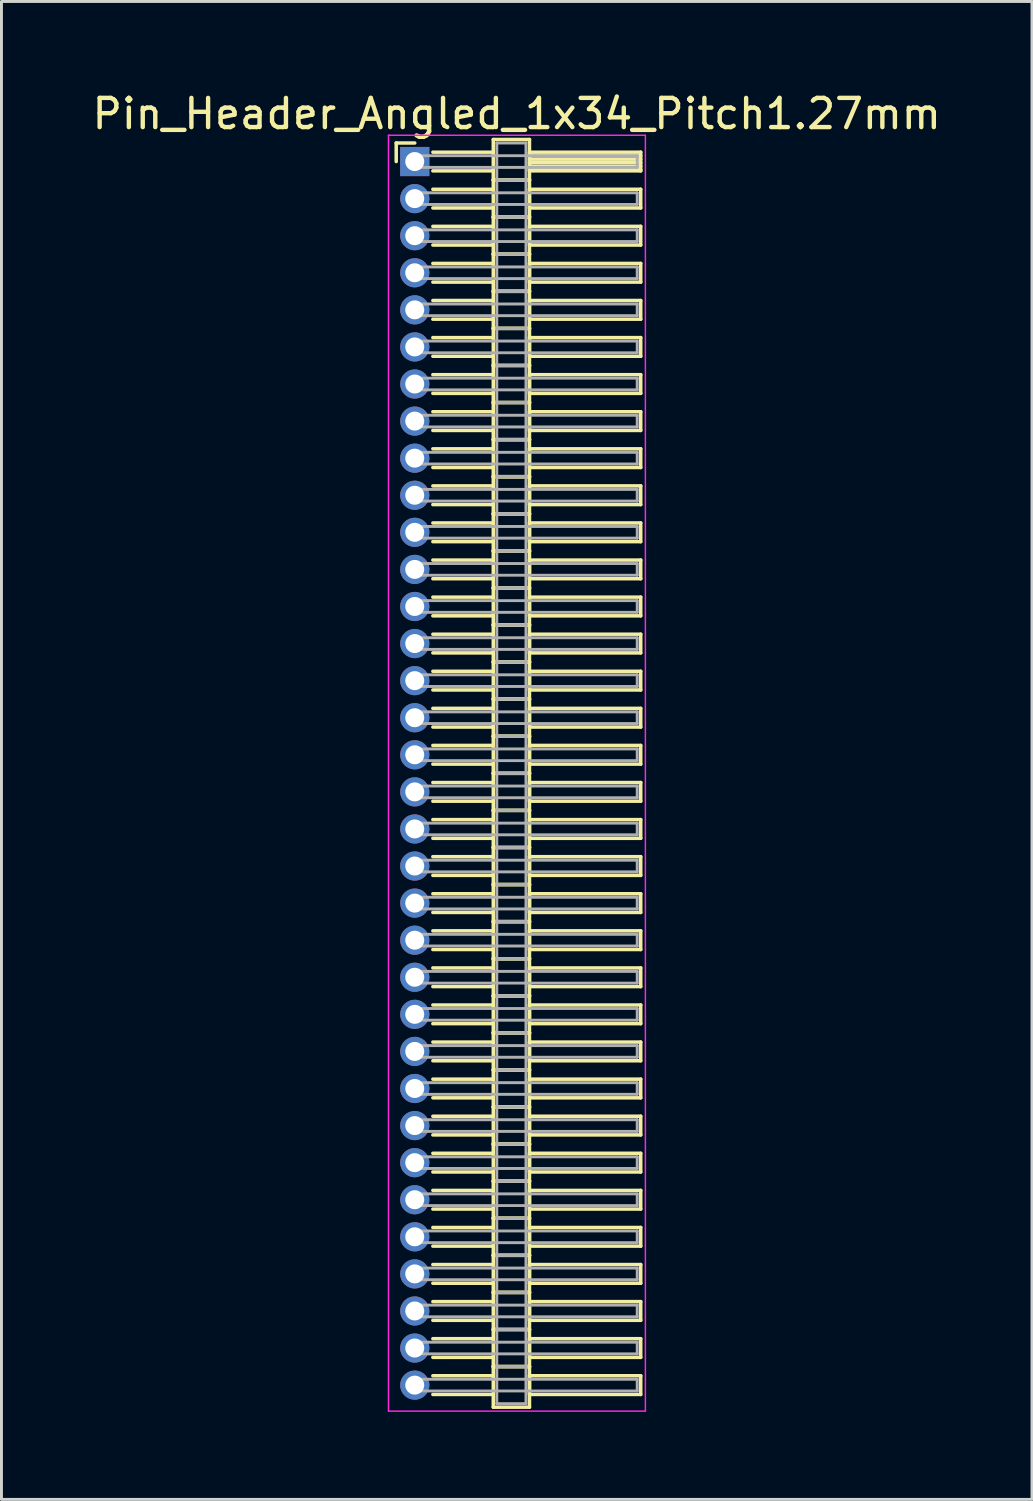
<source format=kicad_pcb>
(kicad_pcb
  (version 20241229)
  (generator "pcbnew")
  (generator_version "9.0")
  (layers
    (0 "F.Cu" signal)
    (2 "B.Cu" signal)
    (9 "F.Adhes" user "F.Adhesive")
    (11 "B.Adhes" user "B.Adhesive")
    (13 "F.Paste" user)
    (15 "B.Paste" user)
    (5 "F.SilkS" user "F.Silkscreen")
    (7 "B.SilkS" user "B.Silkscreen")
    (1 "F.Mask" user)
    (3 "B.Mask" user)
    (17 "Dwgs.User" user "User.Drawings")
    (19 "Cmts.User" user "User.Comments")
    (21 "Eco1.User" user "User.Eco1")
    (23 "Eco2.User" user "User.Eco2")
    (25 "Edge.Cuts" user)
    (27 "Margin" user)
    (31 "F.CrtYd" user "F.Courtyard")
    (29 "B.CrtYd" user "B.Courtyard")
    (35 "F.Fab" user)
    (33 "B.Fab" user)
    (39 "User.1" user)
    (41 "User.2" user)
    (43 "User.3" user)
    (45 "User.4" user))
  (footprint "Pin_Header_Angled_1x34_Pitch1.27mm"
    (layer "F.Cu")
    (at 11.156 2.483)
    (property "Reference" "Pin_Header_Angled_1x34_Pitch1.27mm" (at 3.493 -1.635 0) (layer "F.SilkS") (effects (font (size 1 1) (thickness 0.15))))
    (attr through_hole)
    (fp_line (start -0.635 -0.635) (end 0 -0.635) (stroke (width 0.12) (type solid)) (layer "F.SilkS"))
    (fp_line (start -0.635 0) (end -0.635 -0.635) (stroke (width 0.12) (type solid)) (layer "F.SilkS"))
    (fp_line (start 0.62 -0.32) (end 2.69 -0.32) (stroke (width 0.12) (type solid)) (layer "F.SilkS"))
    (fp_line (start 0.62 0.32) (end 2.69 0.32) (stroke (width 0.12) (type solid)) (layer "F.SilkS"))
    (fp_line (start 0.62 0.95) (end 2.69 0.95) (stroke (width 0.12) (type solid)) (layer "F.SilkS"))
    (fp_line (start 0.62 1.59) (end 2.69 1.59) (stroke (width 0.12) (type solid)) (layer "F.SilkS"))
    (fp_line (start 0.62 2.22) (end 2.69 2.22) (stroke (width 0.12) (type solid)) (layer "F.SilkS"))
    (fp_line (start 0.62 2.86) (end 2.69 2.86) (stroke (width 0.12) (type solid)) (layer "F.SilkS"))
    (fp_line (start 0.62 3.49) (end 2.69 3.49) (stroke (width 0.12) (type solid)) (layer "F.SilkS"))
    (fp_line (start 0.62 4.13) (end 2.69 4.13) (stroke (width 0.12) (type solid)) (layer "F.SilkS"))
    (fp_line (start 0.62 4.76) (end 2.69 4.76) (stroke (width 0.12) (type solid)) (layer "F.SilkS"))
    (fp_line (start 0.62 5.4) (end 2.69 5.4) (stroke (width 0.12) (type solid)) (layer "F.SilkS"))
    (fp_line (start 0.62 6.03) (end 2.69 6.03) (stroke (width 0.12) (type solid)) (layer "F.SilkS"))
    (fp_line (start 0.62 6.67) (end 2.69 6.67) (stroke (width 0.12) (type solid)) (layer "F.SilkS"))
    (fp_line (start 0.62 7.3) (end 2.69 7.3) (stroke (width 0.12) (type solid)) (layer "F.SilkS"))
    (fp_line (start 0.62 7.94) (end 2.69 7.94) (stroke (width 0.12) (type solid)) (layer "F.SilkS"))
    (fp_line (start 0.62 8.57) (end 2.69 8.57) (stroke (width 0.12) (type solid)) (layer "F.SilkS"))
    (fp_line (start 0.62 9.21) (end 2.69 9.21) (stroke (width 0.12) (type solid)) (layer "F.SilkS"))
    (fp_line (start 0.62 9.84) (end 2.69 9.84) (stroke (width 0.12) (type solid)) (layer "F.SilkS"))
    (fp_line (start 0.62 10.48) (end 2.69 10.48) (stroke (width 0.12) (type solid)) (layer "F.SilkS"))
    (fp_line (start 0.62 11.11) (end 2.69 11.11) (stroke (width 0.12) (type solid)) (layer "F.SilkS"))
    (fp_line (start 0.62 11.75) (end 2.69 11.75) (stroke (width 0.12) (type solid)) (layer "F.SilkS"))
    (fp_line (start 0.62 12.38) (end 2.69 12.38) (stroke (width 0.12) (type solid)) (layer "F.SilkS"))
    (fp_line (start 0.62 13.02) (end 2.69 13.02) (stroke (width 0.12) (type solid)) (layer "F.SilkS"))
    (fp_line (start 0.62 13.65) (end 2.69 13.65) (stroke (width 0.12) (type solid)) (layer "F.SilkS"))
    (fp_line (start 0.62 14.29) (end 2.69 14.29) (stroke (width 0.12) (type solid)) (layer "F.SilkS"))
    (fp_line (start 0.62 14.92) (end 2.69 14.92) (stroke (width 0.12) (type solid)) (layer "F.SilkS"))
    (fp_line (start 0.62 15.56) (end 2.69 15.56) (stroke (width 0.12) (type solid)) (layer "F.SilkS"))
    (fp_line (start 0.62 16.19) (end 2.69 16.19) (stroke (width 0.12) (type solid)) (layer "F.SilkS"))
    (fp_line (start 0.62 16.83) (end 2.69 16.83) (stroke (width 0.12) (type solid)) (layer "F.SilkS"))
    (fp_line (start 0.62 17.46) (end 2.69 17.46) (stroke (width 0.12) (type solid)) (layer "F.SilkS"))
    (fp_line (start 0.62 18.1) (end 2.69 18.1) (stroke (width 0.12) (type solid)) (layer "F.SilkS"))
    (fp_line (start 0.62 18.73) (end 2.69 18.73) (stroke (width 0.12) (type solid)) (layer "F.SilkS"))
    (fp_line (start 0.62 19.37) (end 2.69 19.37) (stroke (width 0.12) (type solid)) (layer "F.SilkS"))
    (fp_line (start 0.62 20) (end 2.69 20) (stroke (width 0.12) (type solid)) (layer "F.SilkS"))
    (fp_line (start 0.62 20.64) (end 2.69 20.64) (stroke (width 0.12) (type solid)) (layer "F.SilkS"))
    (fp_line (start 0.62 21.27) (end 2.69 21.27) (stroke (width 0.12) (type solid)) (layer "F.SilkS"))
    (fp_line (start 0.62 21.91) (end 2.69 21.91) (stroke (width 0.12) (type solid)) (layer "F.SilkS"))
    (fp_line (start 0.62 22.54) (end 2.69 22.54) (stroke (width 0.12) (type solid)) (layer "F.SilkS"))
    (fp_line (start 0.62 23.18) (end 2.69 23.18) (stroke (width 0.12) (type solid)) (layer "F.SilkS"))
    (fp_line (start 0.62 23.81) (end 2.69 23.81) (stroke (width 0.12) (type solid)) (layer "F.SilkS"))
    (fp_line (start 0.62 24.45) (end 2.69 24.45) (stroke (width 0.12) (type solid)) (layer "F.SilkS"))
    (fp_line (start 0.62 25.08) (end 2.69 25.08) (stroke (width 0.12) (type solid)) (layer "F.SilkS"))
    (fp_line (start 0.62 25.72) (end 2.69 25.72) (stroke (width 0.12) (type solid)) (layer "F.SilkS"))
    (fp_line (start 0.62 26.35) (end 2.69 26.35) (stroke (width 0.12) (type solid)) (layer "F.SilkS"))
    (fp_line (start 0.62 26.99) (end 2.69 26.99) (stroke (width 0.12) (type solid)) (layer "F.SilkS"))
    (fp_line (start 0.62 27.62) (end 2.69 27.62) (stroke (width 0.12) (type solid)) (layer "F.SilkS"))
    (fp_line (start 0.62 28.26) (end 2.69 28.26) (stroke (width 0.12) (type solid)) (layer "F.SilkS"))
    (fp_line (start 0.62 28.89) (end 2.69 28.89) (stroke (width 0.12) (type solid)) (layer "F.SilkS"))
    (fp_line (start 0.62 29.53) (end 2.69 29.53) (stroke (width 0.12) (type solid)) (layer "F.SilkS"))
    (fp_line (start 0.62 30.16) (end 2.69 30.16) (stroke (width 0.12) (type solid)) (layer "F.SilkS"))
    (fp_line (start 0.62 30.8) (end 2.69 30.8) (stroke (width 0.12) (type solid)) (layer "F.SilkS"))
    (fp_line (start 0.62 31.43) (end 2.69 31.43) (stroke (width 0.12) (type solid)) (layer "F.SilkS"))
    (fp_line (start 0.62 32.07) (end 2.69 32.07) (stroke (width 0.12) (type solid)) (layer "F.SilkS"))
    (fp_line (start 0.62 32.7) (end 2.69 32.7) (stroke (width 0.12) (type solid)) (layer "F.SilkS"))
    (fp_line (start 0.62 33.34) (end 2.69 33.34) (stroke (width 0.12) (type solid)) (layer "F.SilkS"))
    (fp_line (start 0.62 33.97) (end 2.69 33.97) (stroke (width 0.12) (type solid)) (layer "F.SilkS"))
    (fp_line (start 0.62 34.61) (end 2.69 34.61) (stroke (width 0.12) (type solid)) (layer "F.SilkS"))
    (fp_line (start 0.62 35.24) (end 2.69 35.24) (stroke (width 0.12) (type solid)) (layer "F.SilkS"))
    (fp_line (start 0.62 35.88) (end 2.69 35.88) (stroke (width 0.12) (type solid)) (layer "F.SilkS"))
    (fp_line (start 0.62 36.51) (end 2.69 36.51) (stroke (width 0.12) (type solid)) (layer "F.SilkS"))
    (fp_line (start 0.62 37.15) (end 2.69 37.15) (stroke (width 0.12) (type solid)) (layer "F.SilkS"))
    (fp_line (start 0.62 37.78) (end 2.69 37.78) (stroke (width 0.12) (type solid)) (layer "F.SilkS"))
    (fp_line (start 0.62 38.42) (end 2.69 38.42) (stroke (width 0.12) (type solid)) (layer "F.SilkS"))
    (fp_line (start 0.62 39.05) (end 2.69 39.05) (stroke (width 0.12) (type solid)) (layer "F.SilkS"))
    (fp_line (start 0.62 39.69) (end 2.69 39.69) (stroke (width 0.12) (type solid)) (layer "F.SilkS"))
    (fp_line (start 0.62 40.32) (end 2.69 40.32) (stroke (width 0.12) (type solid)) (layer "F.SilkS"))
    (fp_line (start 0.62 40.96) (end 2.69 40.96) (stroke (width 0.12) (type solid)) (layer "F.SilkS"))
    (fp_line (start 0.62 41.59) (end 2.69 41.59) (stroke (width 0.12) (type solid)) (layer "F.SilkS"))
    (fp_line (start 0.62 42.23) (end 2.69 42.23) (stroke (width 0.12) (type solid)) (layer "F.SilkS"))
    (fp_line (start 2.69 -0.755) (end 2.69 0.635) (stroke (width 0.12) (type solid)) (layer "F.SilkS"))
    (fp_line (start 2.69 0.635) (end 2.69 1.905) (stroke (width 0.12) (type solid)) (layer "F.SilkS"))
    (fp_line (start 2.69 0.635) (end 3.93 0.635) (stroke (width 0.12) (type solid)) (layer "F.SilkS"))
    (fp_line (start 2.69 1.905) (end 2.69 3.175) (stroke (width 0.12) (type solid)) (layer "F.SilkS"))
    (fp_line (start 2.69 1.905) (end 3.93 1.905) (stroke (width 0.12) (type solid)) (layer "F.SilkS"))
    (fp_line (start 2.69 3.175) (end 2.69 4.445) (stroke (width 0.12) (type solid)) (layer "F.SilkS"))
    (fp_line (start 2.69 3.175) (end 3.93 3.175) (stroke (width 0.12) (type solid)) (layer "F.SilkS"))
    (fp_line (start 2.69 4.445) (end 2.69 5.715) (stroke (width 0.12) (type solid)) (layer "F.SilkS"))
    (fp_line (start 2.69 4.445) (end 3.93 4.445) (stroke (width 0.12) (type solid)) (layer "F.SilkS"))
    (fp_line (start 2.69 5.715) (end 2.69 6.985) (stroke (width 0.12) (type solid)) (layer "F.SilkS"))
    (fp_line (start 2.69 5.715) (end 3.93 5.715) (stroke (width 0.12) (type solid)) (layer "F.SilkS"))
    (fp_line (start 2.69 6.985) (end 2.69 8.255) (stroke (width 0.12) (type solid)) (layer "F.SilkS"))
    (fp_line (start 2.69 6.985) (end 3.93 6.985) (stroke (width 0.12) (type solid)) (layer "F.SilkS"))
    (fp_line (start 2.69 8.255) (end 2.69 9.525) (stroke (width 0.12) (type solid)) (layer "F.SilkS"))
    (fp_line (start 2.69 8.255) (end 3.93 8.255) (stroke (width 0.12) (type solid)) (layer "F.SilkS"))
    (fp_line (start 2.69 9.525) (end 2.69 10.795) (stroke (width 0.12) (type solid)) (layer "F.SilkS"))
    (fp_line (start 2.69 9.525) (end 3.93 9.525) (stroke (width 0.12) (type solid)) (layer "F.SilkS"))
    (fp_line (start 2.69 10.795) (end 2.69 12.065) (stroke (width 0.12) (type solid)) (layer "F.SilkS"))
    (fp_line (start 2.69 10.795) (end 3.93 10.795) (stroke (width 0.12) (type solid)) (layer "F.SilkS"))
    (fp_line (start 2.69 12.065) (end 2.69 13.335) (stroke (width 0.12) (type solid)) (layer "F.SilkS"))
    (fp_line (start 2.69 12.065) (end 3.93 12.065) (stroke (width 0.12) (type solid)) (layer "F.SilkS"))
    (fp_line (start 2.69 13.335) (end 2.69 14.605) (stroke (width 0.12) (type solid)) (layer "F.SilkS"))
    (fp_line (start 2.69 13.335) (end 3.93 13.335) (stroke (width 0.12) (type solid)) (layer "F.SilkS"))
    (fp_line (start 2.69 14.605) (end 2.69 15.875) (stroke (width 0.12) (type solid)) (layer "F.SilkS"))
    (fp_line (start 2.69 14.605) (end 3.93 14.605) (stroke (width 0.12) (type solid)) (layer "F.SilkS"))
    (fp_line (start 2.69 15.875) (end 2.69 17.145) (stroke (width 0.12) (type solid)) (layer "F.SilkS"))
    (fp_line (start 2.69 15.875) (end 3.93 15.875) (stroke (width 0.12) (type solid)) (layer "F.SilkS"))
    (fp_line (start 2.69 17.145) (end 2.69 18.415) (stroke (width 0.12) (type solid)) (layer "F.SilkS"))
    (fp_line (start 2.69 17.145) (end 3.93 17.145) (stroke (width 0.12) (type solid)) (layer "F.SilkS"))
    (fp_line (start 2.69 18.415) (end 2.69 19.685) (stroke (width 0.12) (type solid)) (layer "F.SilkS"))
    (fp_line (start 2.69 18.415) (end 3.93 18.415) (stroke (width 0.12) (type solid)) (layer "F.SilkS"))
    (fp_line (start 2.69 19.685) (end 2.69 20.955) (stroke (width 0.12) (type solid)) (layer "F.SilkS"))
    (fp_line (start 2.69 19.685) (end 3.93 19.685) (stroke (width 0.12) (type solid)) (layer "F.SilkS"))
    (fp_line (start 2.69 20.955) (end 2.69 22.225) (stroke (width 0.12) (type solid)) (layer "F.SilkS"))
    (fp_line (start 2.69 20.955) (end 3.93 20.955) (stroke (width 0.12) (type solid)) (layer "F.SilkS"))
    (fp_line (start 2.69 22.225) (end 2.69 23.495) (stroke (width 0.12) (type solid)) (layer "F.SilkS"))
    (fp_line (start 2.69 22.225) (end 3.93 22.225) (stroke (width 0.12) (type solid)) (layer "F.SilkS"))
    (fp_line (start 2.69 23.495) (end 2.69 24.765) (stroke (width 0.12) (type solid)) (layer "F.SilkS"))
    (fp_line (start 2.69 23.495) (end 3.93 23.495) (stroke (width 0.12) (type solid)) (layer "F.SilkS"))
    (fp_line (start 2.69 24.765) (end 2.69 26.035) (stroke (width 0.12) (type solid)) (layer "F.SilkS"))
    (fp_line (start 2.69 24.765) (end 3.93 24.765) (stroke (width 0.12) (type solid)) (layer "F.SilkS"))
    (fp_line (start 2.69 26.035) (end 2.69 27.305) (stroke (width 0.12) (type solid)) (layer "F.SilkS"))
    (fp_line (start 2.69 26.035) (end 3.93 26.035) (stroke (width 0.12) (type solid)) (layer "F.SilkS"))
    (fp_line (start 2.69 27.305) (end 2.69 28.575) (stroke (width 0.12) (type solid)) (layer "F.SilkS"))
    (fp_line (start 2.69 27.305) (end 3.93 27.305) (stroke (width 0.12) (type solid)) (layer "F.SilkS"))
    (fp_line (start 2.69 28.575) (end 2.69 29.845) (stroke (width 0.12) (type solid)) (layer "F.SilkS"))
    (fp_line (start 2.69 28.575) (end 3.93 28.575) (stroke (width 0.12) (type solid)) (layer "F.SilkS"))
    (fp_line (start 2.69 29.845) (end 2.69 31.115) (stroke (width 0.12) (type solid)) (layer "F.SilkS"))
    (fp_line (start 2.69 29.845) (end 3.93 29.845) (stroke (width 0.12) (type solid)) (layer "F.SilkS"))
    (fp_line (start 2.69 31.115) (end 2.69 32.385) (stroke (width 0.12) (type solid)) (layer "F.SilkS"))
    (fp_line (start 2.69 31.115) (end 3.93 31.115) (stroke (width 0.12) (type solid)) (layer "F.SilkS"))
    (fp_line (start 2.69 32.385) (end 2.69 33.655) (stroke (width 0.12) (type solid)) (layer "F.SilkS"))
    (fp_line (start 2.69 32.385) (end 3.93 32.385) (stroke (width 0.12) (type solid)) (layer "F.SilkS"))
    (fp_line (start 2.69 33.655) (end 2.69 34.925) (stroke (width 0.12) (type solid)) (layer "F.SilkS"))
    (fp_line (start 2.69 33.655) (end 3.93 33.655) (stroke (width 0.12) (type solid)) (layer "F.SilkS"))
    (fp_line (start 2.69 34.925) (end 2.69 36.195) (stroke (width 0.12) (type solid)) (layer "F.SilkS"))
    (fp_line (start 2.69 34.925) (end 3.93 34.925) (stroke (width 0.12) (type solid)) (layer "F.SilkS"))
    (fp_line (start 2.69 36.195) (end 2.69 37.465) (stroke (width 0.12) (type solid)) (layer "F.SilkS"))
    (fp_line (start 2.69 36.195) (end 3.93 36.195) (stroke (width 0.12) (type solid)) (layer "F.SilkS"))
    (fp_line (start 2.69 37.465) (end 2.69 38.735) (stroke (width 0.12) (type solid)) (layer "F.SilkS"))
    (fp_line (start 2.69 37.465) (end 3.93 37.465) (stroke (width 0.12) (type solid)) (layer "F.SilkS"))
    (fp_line (start 2.69 38.735) (end 2.69 40.005) (stroke (width 0.12) (type solid)) (layer "F.SilkS"))
    (fp_line (start 2.69 38.735) (end 3.93 38.735) (stroke (width 0.12) (type solid)) (layer "F.SilkS"))
    (fp_line (start 2.69 40.005) (end 2.69 41.275) (stroke (width 0.12) (type solid)) (layer "F.SilkS"))
    (fp_line (start 2.69 40.005) (end 3.93 40.005) (stroke (width 0.12) (type solid)) (layer "F.SilkS"))
    (fp_line (start 2.69 41.275) (end 2.69 42.665) (stroke (width 0.12) (type solid)) (layer "F.SilkS"))
    (fp_line (start 2.69 41.275) (end 3.93 41.275) (stroke (width 0.12) (type solid)) (layer "F.SilkS"))
    (fp_line (start 2.69 42.665) (end 3.93 42.665) (stroke (width 0.12) (type solid)) (layer "F.SilkS"))
    (fp_line (start 3.93 -0.755) (end 2.69 -0.755) (stroke (width 0.12) (type solid)) (layer "F.SilkS"))
    (fp_line (start 3.93 -0.32) (end 3.93 0.32) (stroke (width 0.12) (type solid)) (layer "F.SilkS"))
    (fp_line (start 3.93 -0.2) (end 7.74 -0.2) (stroke (width 0.12) (type solid)) (layer "F.SilkS"))
    (fp_line (start 3.93 -0.08) (end 7.74 -0.08) (stroke (width 0.12) (type solid)) (layer "F.SilkS"))
    (fp_line (start 3.93 0.04) (end 7.74 0.04) (stroke (width 0.12) (type solid)) (layer "F.SilkS"))
    (fp_line (start 3.93 0.16) (end 7.74 0.16) (stroke (width 0.12) (type solid)) (layer "F.SilkS"))
    (fp_line (start 3.93 0.28) (end 7.74 0.28) (stroke (width 0.12) (type solid)) (layer "F.SilkS"))
    (fp_line (start 3.93 0.32) (end 7.74 0.32) (stroke (width 0.12) (type solid)) (layer "F.SilkS"))
    (fp_line (start 3.93 0.635) (end 2.69 0.635) (stroke (width 0.12) (type solid)) (layer "F.SilkS"))
    (fp_line (start 3.93 0.635) (end 3.93 -0.755) (stroke (width 0.12) (type solid)) (layer "F.SilkS"))
    (fp_line (start 3.93 0.95) (end 3.93 1.59) (stroke (width 0.12) (type solid)) (layer "F.SilkS"))
    (fp_line (start 3.93 1.59) (end 7.74 1.59) (stroke (width 0.12) (type solid)) (layer "F.SilkS"))
    (fp_line (start 3.93 1.905) (end 2.69 1.905) (stroke (width 0.12) (type solid)) (layer "F.SilkS"))
    (fp_line (start 3.93 1.905) (end 3.93 0.635) (stroke (width 0.12) (type solid)) (layer "F.SilkS"))
    (fp_line (start 3.93 2.22) (end 3.93 2.86) (stroke (width 0.12) (type solid)) (layer "F.SilkS"))
    (fp_line (start 3.93 2.86) (end 7.74 2.86) (stroke (width 0.12) (type solid)) (layer "F.SilkS"))
    (fp_line (start 3.93 3.175) (end 2.69 3.175) (stroke (width 0.12) (type solid)) (layer "F.SilkS"))
    (fp_line (start 3.93 3.175) (end 3.93 1.905) (stroke (width 0.12) (type solid)) (layer "F.SilkS"))
    (fp_line (start 3.93 3.49) (end 3.93 4.13) (stroke (width 0.12) (type solid)) (layer "F.SilkS"))
    (fp_line (start 3.93 4.13) (end 7.74 4.13) (stroke (width 0.12) (type solid)) (layer "F.SilkS"))
    (fp_line (start 3.93 4.445) (end 2.69 4.445) (stroke (width 0.12) (type solid)) (layer "F.SilkS"))
    (fp_line (start 3.93 4.445) (end 3.93 3.175) (stroke (width 0.12) (type solid)) (layer "F.SilkS"))
    (fp_line (start 3.93 4.76) (end 3.93 5.4) (stroke (width 0.12) (type solid)) (layer "F.SilkS"))
    (fp_line (start 3.93 5.4) (end 7.74 5.4) (stroke (width 0.12) (type solid)) (layer "F.SilkS"))
    (fp_line (start 3.93 5.715) (end 2.69 5.715) (stroke (width 0.12) (type solid)) (layer "F.SilkS"))
    (fp_line (start 3.93 5.715) (end 3.93 4.445) (stroke (width 0.12) (type solid)) (layer "F.SilkS"))
    (fp_line (start 3.93 6.03) (end 3.93 6.67) (stroke (width 0.12) (type solid)) (layer "F.SilkS"))
    (fp_line (start 3.93 6.67) (end 7.74 6.67) (stroke (width 0.12) (type solid)) (layer "F.SilkS"))
    (fp_line (start 3.93 6.985) (end 2.69 6.985) (stroke (width 0.12) (type solid)) (layer "F.SilkS"))
    (fp_line (start 3.93 6.985) (end 3.93 5.715) (stroke (width 0.12) (type solid)) (layer "F.SilkS"))
    (fp_line (start 3.93 7.3) (end 3.93 7.94) (stroke (width 0.12) (type solid)) (layer "F.SilkS"))
    (fp_line (start 3.93 7.94) (end 7.74 7.94) (stroke (width 0.12) (type solid)) (layer "F.SilkS"))
    (fp_line (start 3.93 8.255) (end 2.69 8.255) (stroke (width 0.12) (type solid)) (layer "F.SilkS"))
    (fp_line (start 3.93 8.255) (end 3.93 6.985) (stroke (width 0.12) (type solid)) (layer "F.SilkS"))
    (fp_line (start 3.93 8.57) (end 3.93 9.21) (stroke (width 0.12) (type solid)) (layer "F.SilkS"))
    (fp_line (start 3.93 9.21) (end 7.74 9.21) (stroke (width 0.12) (type solid)) (layer "F.SilkS"))
    (fp_line (start 3.93 9.525) (end 2.69 9.525) (stroke (width 0.12) (type solid)) (layer "F.SilkS"))
    (fp_line (start 3.93 9.525) (end 3.93 8.255) (stroke (width 0.12) (type solid)) (layer "F.SilkS"))
    (fp_line (start 3.93 9.84) (end 3.93 10.48) (stroke (width 0.12) (type solid)) (layer "F.SilkS"))
    (fp_line (start 3.93 10.48) (end 7.74 10.48) (stroke (width 0.12) (type solid)) (layer "F.SilkS"))
    (fp_line (start 3.93 10.795) (end 2.69 10.795) (stroke (width 0.12) (type solid)) (layer "F.SilkS"))
    (fp_line (start 3.93 10.795) (end 3.93 9.525) (stroke (width 0.12) (type solid)) (layer "F.SilkS"))
    (fp_line (start 3.93 11.11) (end 3.93 11.75) (stroke (width 0.12) (type solid)) (layer "F.SilkS"))
    (fp_line (start 3.93 11.75) (end 7.74 11.75) (stroke (width 0.12) (type solid)) (layer "F.SilkS"))
    (fp_line (start 3.93 12.065) (end 2.69 12.065) (stroke (width 0.12) (type solid)) (layer "F.SilkS"))
    (fp_line (start 3.93 12.065) (end 3.93 10.795) (stroke (width 0.12) (type solid)) (layer "F.SilkS"))
    (fp_line (start 3.93 12.38) (end 3.93 13.02) (stroke (width 0.12) (type solid)) (layer "F.SilkS"))
    (fp_line (start 3.93 13.02) (end 7.74 13.02) (stroke (width 0.12) (type solid)) (layer "F.SilkS"))
    (fp_line (start 3.93 13.335) (end 2.69 13.335) (stroke (width 0.12) (type solid)) (layer "F.SilkS"))
    (fp_line (start 3.93 13.335) (end 3.93 12.065) (stroke (width 0.12) (type solid)) (layer "F.SilkS"))
    (fp_line (start 3.93 13.65) (end 3.93 14.29) (stroke (width 0.12) (type solid)) (layer "F.SilkS"))
    (fp_line (start 3.93 14.29) (end 7.74 14.29) (stroke (width 0.12) (type solid)) (layer "F.SilkS"))
    (fp_line (start 3.93 14.605) (end 2.69 14.605) (stroke (width 0.12) (type solid)) (layer "F.SilkS"))
    (fp_line (start 3.93 14.605) (end 3.93 13.335) (stroke (width 0.12) (type solid)) (layer "F.SilkS"))
    (fp_line (start 3.93 14.92) (end 3.93 15.56) (stroke (width 0.12) (type solid)) (layer "F.SilkS"))
    (fp_line (start 3.93 15.56) (end 7.74 15.56) (stroke (width 0.12) (type solid)) (layer "F.SilkS"))
    (fp_line (start 3.93 15.875) (end 2.69 15.875) (stroke (width 0.12) (type solid)) (layer "F.SilkS"))
    (fp_line (start 3.93 15.875) (end 3.93 14.605) (stroke (width 0.12) (type solid)) (layer "F.SilkS"))
    (fp_line (start 3.93 16.19) (end 3.93 16.83) (stroke (width 0.12) (type solid)) (layer "F.SilkS"))
    (fp_line (start 3.93 16.83) (end 7.74 16.83) (stroke (width 0.12) (type solid)) (layer "F.SilkS"))
    (fp_line (start 3.93 17.145) (end 2.69 17.145) (stroke (width 0.12) (type solid)) (layer "F.SilkS"))
    (fp_line (start 3.93 17.145) (end 3.93 15.875) (stroke (width 0.12) (type solid)) (layer "F.SilkS"))
    (fp_line (start 3.93 17.46) (end 3.93 18.1) (stroke (width 0.12) (type solid)) (layer "F.SilkS"))
    (fp_line (start 3.93 18.1) (end 7.74 18.1) (stroke (width 0.12) (type solid)) (layer "F.SilkS"))
    (fp_line (start 3.93 18.415) (end 2.69 18.415) (stroke (width 0.12) (type solid)) (layer "F.SilkS"))
    (fp_line (start 3.93 18.415) (end 3.93 17.145) (stroke (width 0.12) (type solid)) (layer "F.SilkS"))
    (fp_line (start 3.93 18.73) (end 3.93 19.37) (stroke (width 0.12) (type solid)) (layer "F.SilkS"))
    (fp_line (start 3.93 19.37) (end 7.74 19.37) (stroke (width 0.12) (type solid)) (layer "F.SilkS"))
    (fp_line (start 3.93 19.685) (end 2.69 19.685) (stroke (width 0.12) (type solid)) (layer "F.SilkS"))
    (fp_line (start 3.93 19.685) (end 3.93 18.415) (stroke (width 0.12) (type solid)) (layer "F.SilkS"))
    (fp_line (start 3.93 20) (end 3.93 20.64) (stroke (width 0.12) (type solid)) (layer "F.SilkS"))
    (fp_line (start 3.93 20.64) (end 7.74 20.64) (stroke (width 0.12) (type solid)) (layer "F.SilkS"))
    (fp_line (start 3.93 20.955) (end 2.69 20.955) (stroke (width 0.12) (type solid)) (layer "F.SilkS"))
    (fp_line (start 3.93 20.955) (end 3.93 19.685) (stroke (width 0.12) (type solid)) (layer "F.SilkS"))
    (fp_line (start 3.93 21.27) (end 3.93 21.91) (stroke (width 0.12) (type solid)) (layer "F.SilkS"))
    (fp_line (start 3.93 21.91) (end 7.74 21.91) (stroke (width 0.12) (type solid)) (layer "F.SilkS"))
    (fp_line (start 3.93 22.225) (end 2.69 22.225) (stroke (width 0.12) (type solid)) (layer "F.SilkS"))
    (fp_line (start 3.93 22.225) (end 3.93 20.955) (stroke (width 0.12) (type solid)) (layer "F.SilkS"))
    (fp_line (start 3.93 22.54) (end 3.93 23.18) (stroke (width 0.12) (type solid)) (layer "F.SilkS"))
    (fp_line (start 3.93 23.18) (end 7.74 23.18) (stroke (width 0.12) (type solid)) (layer "F.SilkS"))
    (fp_line (start 3.93 23.495) (end 2.69 23.495) (stroke (width 0.12) (type solid)) (layer "F.SilkS"))
    (fp_line (start 3.93 23.495) (end 3.93 22.225) (stroke (width 0.12) (type solid)) (layer "F.SilkS"))
    (fp_line (start 3.93 23.81) (end 3.93 24.45) (stroke (width 0.12) (type solid)) (layer "F.SilkS"))
    (fp_line (start 3.93 24.45) (end 7.74 24.45) (stroke (width 0.12) (type solid)) (layer "F.SilkS"))
    (fp_line (start 3.93 24.765) (end 2.69 24.765) (stroke (width 0.12) (type solid)) (layer "F.SilkS"))
    (fp_line (start 3.93 24.765) (end 3.93 23.495) (stroke (width 0.12) (type solid)) (layer "F.SilkS"))
    (fp_line (start 3.93 25.08) (end 3.93 25.72) (stroke (width 0.12) (type solid)) (layer "F.SilkS"))
    (fp_line (start 3.93 25.72) (end 7.74 25.72) (stroke (width 0.12) (type solid)) (layer "F.SilkS"))
    (fp_line (start 3.93 26.035) (end 2.69 26.035) (stroke (width 0.12) (type solid)) (layer "F.SilkS"))
    (fp_line (start 3.93 26.035) (end 3.93 24.765) (stroke (width 0.12) (type solid)) (layer "F.SilkS"))
    (fp_line (start 3.93 26.35) (end 3.93 26.99) (stroke (width 0.12) (type solid)) (layer "F.SilkS"))
    (fp_line (start 3.93 26.99) (end 7.74 26.99) (stroke (width 0.12) (type solid)) (layer "F.SilkS"))
    (fp_line (start 3.93 27.305) (end 2.69 27.305) (stroke (width 0.12) (type solid)) (layer "F.SilkS"))
    (fp_line (start 3.93 27.305) (end 3.93 26.035) (stroke (width 0.12) (type solid)) (layer "F.SilkS"))
    (fp_line (start 3.93 27.62) (end 3.93 28.26) (stroke (width 0.12) (type solid)) (layer "F.SilkS"))
    (fp_line (start 3.93 28.26) (end 7.74 28.26) (stroke (width 0.12) (type solid)) (layer "F.SilkS"))
    (fp_line (start 3.93 28.575) (end 2.69 28.575) (stroke (width 0.12) (type solid)) (layer "F.SilkS"))
    (fp_line (start 3.93 28.575) (end 3.93 27.305) (stroke (width 0.12) (type solid)) (layer "F.SilkS"))
    (fp_line (start 3.93 28.89) (end 3.93 29.53) (stroke (width 0.12) (type solid)) (layer "F.SilkS"))
    (fp_line (start 3.93 29.53) (end 7.74 29.53) (stroke (width 0.12) (type solid)) (layer "F.SilkS"))
    (fp_line (start 3.93 29.845) (end 2.69 29.845) (stroke (width 0.12) (type solid)) (layer "F.SilkS"))
    (fp_line (start 3.93 29.845) (end 3.93 28.575) (stroke (width 0.12) (type solid)) (layer "F.SilkS"))
    (fp_line (start 3.93 30.16) (end 3.93 30.8) (stroke (width 0.12) (type solid)) (layer "F.SilkS"))
    (fp_line (start 3.93 30.8) (end 7.74 30.8) (stroke (width 0.12) (type solid)) (layer "F.SilkS"))
    (fp_line (start 3.93 31.115) (end 2.69 31.115) (stroke (width 0.12) (type solid)) (layer "F.SilkS"))
    (fp_line (start 3.93 31.115) (end 3.93 29.845) (stroke (width 0.12) (type solid)) (layer "F.SilkS"))
    (fp_line (start 3.93 31.43) (end 3.93 32.07) (stroke (width 0.12) (type solid)) (layer "F.SilkS"))
    (fp_line (start 3.93 32.07) (end 7.74 32.07) (stroke (width 0.12) (type solid)) (layer "F.SilkS"))
    (fp_line (start 3.93 32.385) (end 2.69 32.385) (stroke (width 0.12) (type solid)) (layer "F.SilkS"))
    (fp_line (start 3.93 32.385) (end 3.93 31.115) (stroke (width 0.12) (type solid)) (layer "F.SilkS"))
    (fp_line (start 3.93 32.7) (end 3.93 33.34) (stroke (width 0.12) (type solid)) (layer "F.SilkS"))
    (fp_line (start 3.93 33.34) (end 7.74 33.34) (stroke (width 0.12) (type solid)) (layer "F.SilkS"))
    (fp_line (start 3.93 33.655) (end 2.69 33.655) (stroke (width 0.12) (type solid)) (layer "F.SilkS"))
    (fp_line (start 3.93 33.655) (end 3.93 32.385) (stroke (width 0.12) (type solid)) (layer "F.SilkS"))
    (fp_line (start 3.93 33.97) (end 3.93 34.61) (stroke (width 0.12) (type solid)) (layer "F.SilkS"))
    (fp_line (start 3.93 34.61) (end 7.74 34.61) (stroke (width 0.12) (type solid)) (layer "F.SilkS"))
    (fp_line (start 3.93 34.925) (end 2.69 34.925) (stroke (width 0.12) (type solid)) (layer "F.SilkS"))
    (fp_line (start 3.93 34.925) (end 3.93 33.655) (stroke (width 0.12) (type solid)) (layer "F.SilkS"))
    (fp_line (start 3.93 35.24) (end 3.93 35.88) (stroke (width 0.12) (type solid)) (layer "F.SilkS"))
    (fp_line (start 3.93 35.88) (end 7.74 35.88) (stroke (width 0.12) (type solid)) (layer "F.SilkS"))
    (fp_line (start 3.93 36.195) (end 2.69 36.195) (stroke (width 0.12) (type solid)) (layer "F.SilkS"))
    (fp_line (start 3.93 36.195) (end 3.93 34.925) (stroke (width 0.12) (type solid)) (layer "F.SilkS"))
    (fp_line (start 3.93 36.51) (end 3.93 37.15) (stroke (width 0.12) (type solid)) (layer "F.SilkS"))
    (fp_line (start 3.93 37.15) (end 7.74 37.15) (stroke (width 0.12) (type solid)) (layer "F.SilkS"))
    (fp_line (start 3.93 37.465) (end 2.69 37.465) (stroke (width 0.12) (type solid)) (layer "F.SilkS"))
    (fp_line (start 3.93 37.465) (end 3.93 36.195) (stroke (width 0.12) (type solid)) (layer "F.SilkS"))
    (fp_line (start 3.93 37.78) (end 3.93 38.42) (stroke (width 0.12) (type solid)) (layer "F.SilkS"))
    (fp_line (start 3.93 38.42) (end 7.74 38.42) (stroke (width 0.12) (type solid)) (layer "F.SilkS"))
    (fp_line (start 3.93 38.735) (end 2.69 38.735) (stroke (width 0.12) (type solid)) (layer "F.SilkS"))
    (fp_line (start 3.93 38.735) (end 3.93 37.465) (stroke (width 0.12) (type solid)) (layer "F.SilkS"))
    (fp_line (start 3.93 39.05) (end 3.93 39.69) (stroke (width 0.12) (type solid)) (layer "F.SilkS"))
    (fp_line (start 3.93 39.69) (end 7.74 39.69) (stroke (width 0.12) (type solid)) (layer "F.SilkS"))
    (fp_line (start 3.93 40.005) (end 2.69 40.005) (stroke (width 0.12) (type solid)) (layer "F.SilkS"))
    (fp_line (start 3.93 40.005) (end 3.93 38.735) (stroke (width 0.12) (type solid)) (layer "F.SilkS"))
    (fp_line (start 3.93 40.32) (end 3.93 40.96) (stroke (width 0.12) (type solid)) (layer "F.SilkS"))
    (fp_line (start 3.93 40.96) (end 7.74 40.96) (stroke (width 0.12) (type solid)) (layer "F.SilkS"))
    (fp_line (start 3.93 41.275) (end 2.69 41.275) (stroke (width 0.12) (type solid)) (layer "F.SilkS"))
    (fp_line (start 3.93 41.275) (end 3.93 40.005) (stroke (width 0.12) (type solid)) (layer "F.SilkS"))
    (fp_line (start 3.93 41.59) (end 3.93 42.23) (stroke (width 0.12) (type solid)) (layer "F.SilkS"))
    (fp_line (start 3.93 42.23) (end 7.74 42.23) (stroke (width 0.12) (type solid)) (layer "F.SilkS"))
    (fp_line (start 3.93 42.665) (end 3.93 41.275) (stroke (width 0.12) (type solid)) (layer "F.SilkS"))
    (fp_line (start 7.74 -0.32) (end 3.93 -0.32) (stroke (width 0.12) (type solid)) (layer "F.SilkS"))
    (fp_line (start 7.74 0.32) (end 7.74 -0.32) (stroke (width 0.12) (type solid)) (layer "F.SilkS"))
    (fp_line (start 7.74 0.95) (end 3.93 0.95) (stroke (width 0.12) (type solid)) (layer "F.SilkS"))
    (fp_line (start 7.74 1.59) (end 7.74 0.95) (stroke (width 0.12) (type solid)) (layer "F.SilkS"))
    (fp_line (start 7.74 2.22) (end 3.93 2.22) (stroke (width 0.12) (type solid)) (layer "F.SilkS"))
    (fp_line (start 7.74 2.86) (end 7.74 2.22) (stroke (width 0.12) (type solid)) (layer "F.SilkS"))
    (fp_line (start 7.74 3.49) (end 3.93 3.49) (stroke (width 0.12) (type solid)) (layer "F.SilkS"))
    (fp_line (start 7.74 4.13) (end 7.74 3.49) (stroke (width 0.12) (type solid)) (layer "F.SilkS"))
    (fp_line (start 7.74 4.76) (end 3.93 4.76) (stroke (width 0.12) (type solid)) (layer "F.SilkS"))
    (fp_line (start 7.74 5.4) (end 7.74 4.76) (stroke (width 0.12) (type solid)) (layer "F.SilkS"))
    (fp_line (start 7.74 6.03) (end 3.93 6.03) (stroke (width 0.12) (type solid)) (layer "F.SilkS"))
    (fp_line (start 7.74 6.67) (end 7.74 6.03) (stroke (width 0.12) (type solid)) (layer "F.SilkS"))
    (fp_line (start 7.74 7.3) (end 3.93 7.3) (stroke (width 0.12) (type solid)) (layer "F.SilkS"))
    (fp_line (start 7.74 7.94) (end 7.74 7.3) (stroke (width 0.12) (type solid)) (layer "F.SilkS"))
    (fp_line (start 7.74 8.57) (end 3.93 8.57) (stroke (width 0.12) (type solid)) (layer "F.SilkS"))
    (fp_line (start 7.74 9.21) (end 7.74 8.57) (stroke (width 0.12) (type solid)) (layer "F.SilkS"))
    (fp_line (start 7.74 9.84) (end 3.93 9.84) (stroke (width 0.12) (type solid)) (layer "F.SilkS"))
    (fp_line (start 7.74 10.48) (end 7.74 9.84) (stroke (width 0.12) (type solid)) (layer "F.SilkS"))
    (fp_line (start 7.74 11.11) (end 3.93 11.11) (stroke (width 0.12) (type solid)) (layer "F.SilkS"))
    (fp_line (start 7.74 11.75) (end 7.74 11.11) (stroke (width 0.12) (type solid)) (layer "F.SilkS"))
    (fp_line (start 7.74 12.38) (end 3.93 12.38) (stroke (width 0.12) (type solid)) (layer "F.SilkS"))
    (fp_line (start 7.74 13.02) (end 7.74 12.38) (stroke (width 0.12) (type solid)) (layer "F.SilkS"))
    (fp_line (start 7.74 13.65) (end 3.93 13.65) (stroke (width 0.12) (type solid)) (layer "F.SilkS"))
    (fp_line (start 7.74 14.29) (end 7.74 13.65) (stroke (width 0.12) (type solid)) (layer "F.SilkS"))
    (fp_line (start 7.74 14.92) (end 3.93 14.92) (stroke (width 0.12) (type solid)) (layer "F.SilkS"))
    (fp_line (start 7.74 15.56) (end 7.74 14.92) (stroke (width 0.12) (type solid)) (layer "F.SilkS"))
    (fp_line (start 7.74 16.19) (end 3.93 16.19) (stroke (width 0.12) (type solid)) (layer "F.SilkS"))
    (fp_line (start 7.74 16.83) (end 7.74 16.19) (stroke (width 0.12) (type solid)) (layer "F.SilkS"))
    (fp_line (start 7.74 17.46) (end 3.93 17.46) (stroke (width 0.12) (type solid)) (layer "F.SilkS"))
    (fp_line (start 7.74 18.1) (end 7.74 17.46) (stroke (width 0.12) (type solid)) (layer "F.SilkS"))
    (fp_line (start 7.74 18.73) (end 3.93 18.73) (stroke (width 0.12) (type solid)) (layer "F.SilkS"))
    (fp_line (start 7.74 19.37) (end 7.74 18.73) (stroke (width 0.12) (type solid)) (layer "F.SilkS"))
    (fp_line (start 7.74 20) (end 3.93 20) (stroke (width 0.12) (type solid)) (layer "F.SilkS"))
    (fp_line (start 7.74 20.64) (end 7.74 20) (stroke (width 0.12) (type solid)) (layer "F.SilkS"))
    (fp_line (start 7.74 21.27) (end 3.93 21.27) (stroke (width 0.12) (type solid)) (layer "F.SilkS"))
    (fp_line (start 7.74 21.91) (end 7.74 21.27) (stroke (width 0.12) (type solid)) (layer "F.SilkS"))
    (fp_line (start 7.74 22.54) (end 3.93 22.54) (stroke (width 0.12) (type solid)) (layer "F.SilkS"))
    (fp_line (start 7.74 23.18) (end 7.74 22.54) (stroke (width 0.12) (type solid)) (layer "F.SilkS"))
    (fp_line (start 7.74 23.81) (end 3.93 23.81) (stroke (width 0.12) (type solid)) (layer "F.SilkS"))
    (fp_line (start 7.74 24.45) (end 7.74 23.81) (stroke (width 0.12) (type solid)) (layer "F.SilkS"))
    (fp_line (start 7.74 25.08) (end 3.93 25.08) (stroke (width 0.12) (type solid)) (layer "F.SilkS"))
    (fp_line (start 7.74 25.72) (end 7.74 25.08) (stroke (width 0.12) (type solid)) (layer "F.SilkS"))
    (fp_line (start 7.74 26.35) (end 3.93 26.35) (stroke (width 0.12) (type solid)) (layer "F.SilkS"))
    (fp_line (start 7.74 26.99) (end 7.74 26.35) (stroke (width 0.12) (type solid)) (layer "F.SilkS"))
    (fp_line (start 7.74 27.62) (end 3.93 27.62) (stroke (width 0.12) (type solid)) (layer "F.SilkS"))
    (fp_line (start 7.74 28.26) (end 7.74 27.62) (stroke (width 0.12) (type solid)) (layer "F.SilkS"))
    (fp_line (start 7.74 28.89) (end 3.93 28.89) (stroke (width 0.12) (type solid)) (layer "F.SilkS"))
    (fp_line (start 7.74 29.53) (end 7.74 28.89) (stroke (width 0.12) (type solid)) (layer "F.SilkS"))
    (fp_line (start 7.74 30.16) (end 3.93 30.16) (stroke (width 0.12) (type solid)) (layer "F.SilkS"))
    (fp_line (start 7.74 30.8) (end 7.74 30.16) (stroke (width 0.12) (type solid)) (layer "F.SilkS"))
    (fp_line (start 7.74 31.43) (end 3.93 31.43) (stroke (width 0.12) (type solid)) (layer "F.SilkS"))
    (fp_line (start 7.74 32.07) (end 7.74 31.43) (stroke (width 0.12) (type solid)) (layer "F.SilkS"))
    (fp_line (start 7.74 32.7) (end 3.93 32.7) (stroke (width 0.12) (type solid)) (layer "F.SilkS"))
    (fp_line (start 7.74 33.34) (end 7.74 32.7) (stroke (width 0.12) (type solid)) (layer "F.SilkS"))
    (fp_line (start 7.74 33.97) (end 3.93 33.97) (stroke (width 0.12) (type solid)) (layer "F.SilkS"))
    (fp_line (start 7.74 34.61) (end 7.74 33.97) (stroke (width 0.12) (type solid)) (layer "F.SilkS"))
    (fp_line (start 7.74 35.24) (end 3.93 35.24) (stroke (width 0.12) (type solid)) (layer "F.SilkS"))
    (fp_line (start 7.74 35.88) (end 7.74 35.24) (stroke (width 0.12) (type solid)) (layer "F.SilkS"))
    (fp_line (start 7.74 36.51) (end 3.93 36.51) (stroke (width 0.12) (type solid)) (layer "F.SilkS"))
    (fp_line (start 7.74 37.15) (end 7.74 36.51) (stroke (width 0.12) (type solid)) (layer "F.SilkS"))
    (fp_line (start 7.74 37.78) (end 3.93 37.78) (stroke (width 0.12) (type solid)) (layer "F.SilkS"))
    (fp_line (start 7.74 38.42) (end 7.74 37.78) (stroke (width 0.12) (type solid)) (layer "F.SilkS"))
    (fp_line (start 7.74 39.05) (end 3.93 39.05) (stroke (width 0.12) (type solid)) (layer "F.SilkS"))
    (fp_line (start 7.74 39.69) (end 7.74 39.05) (stroke (width 0.12) (type solid)) (layer "F.SilkS"))
    (fp_line (start 7.74 40.32) (end 3.93 40.32) (stroke (width 0.12) (type solid)) (layer "F.SilkS"))
    (fp_line (start 7.74 40.96) (end 7.74 40.32) (stroke (width 0.12) (type solid)) (layer "F.SilkS"))
    (fp_line (start 7.74 41.59) (end 3.93 41.59) (stroke (width 0.12) (type solid)) (layer "F.SilkS"))
    (fp_line (start 7.74 42.23) (end 7.74 41.59) (stroke (width 0.12) (type solid)) (layer "F.SilkS"))
    (fp_line (start -0.9 -0.9) (end -0.9 42.8) (stroke (width 0.05) (type solid)) (layer "F.CrtYd"))
    (fp_line (start -0.9 42.8) (end 7.9 42.8) (stroke (width 0.05) (type solid)) (layer "F.CrtYd"))
    (fp_line (start 7.9 -0.9) (end -0.9 -0.9) (stroke (width 0.05) (type solid)) (layer "F.CrtYd"))
    (fp_line (start 7.9 42.8) (end 7.9 -0.9) (stroke (width 0.05) (type solid)) (layer "F.CrtYd"))
    (fp_line (start 0 -0.2) (end 0 0.2) (stroke (width 0.1) (type solid)) (layer "F.Fab"))
    (fp_line (start 0 0.2) (end 7.62 0.2) (stroke (width 0.1) (type solid)) (layer "F.Fab"))
    (fp_line (start 0 1.07) (end 0 1.47) (stroke (width 0.1) (type solid)) (layer "F.Fab"))
    (fp_line (start 0 1.47) (end 7.62 1.47) (stroke (width 0.1) (type solid)) (layer "F.Fab"))
    (fp_line (start 0 2.34) (end 0 2.74) (stroke (width 0.1) (type solid)) (layer "F.Fab"))
    (fp_line (start 0 2.74) (end 7.62 2.74) (stroke (width 0.1) (type solid)) (layer "F.Fab"))
    (fp_line (start 0 3.61) (end 0 4.01) (stroke (width 0.1) (type solid)) (layer "F.Fab"))
    (fp_line (start 0 4.01) (end 7.62 4.01) (stroke (width 0.1) (type solid)) (layer "F.Fab"))
    (fp_line (start 0 4.88) (end 0 5.28) (stroke (width 0.1) (type solid)) (layer "F.Fab"))
    (fp_line (start 0 5.28) (end 7.62 5.28) (stroke (width 0.1) (type solid)) (layer "F.Fab"))
    (fp_line (start 0 6.15) (end 0 6.55) (stroke (width 0.1) (type solid)) (layer "F.Fab"))
    (fp_line (start 0 6.55) (end 7.62 6.55) (stroke (width 0.1) (type solid)) (layer "F.Fab"))
    (fp_line (start 0 7.42) (end 0 7.82) (stroke (width 0.1) (type solid)) (layer "F.Fab"))
    (fp_line (start 0 7.82) (end 7.62 7.82) (stroke (width 0.1) (type solid)) (layer "F.Fab"))
    (fp_line (start 0 8.69) (end 0 9.09) (stroke (width 0.1) (type solid)) (layer "F.Fab"))
    (fp_line (start 0 9.09) (end 7.62 9.09) (stroke (width 0.1) (type solid)) (layer "F.Fab"))
    (fp_line (start 0 9.96) (end 0 10.36) (stroke (width 0.1) (type solid)) (layer "F.Fab"))
    (fp_line (start 0 10.36) (end 7.62 10.36) (stroke (width 0.1) (type solid)) (layer "F.Fab"))
    (fp_line (start 0 11.23) (end 0 11.63) (stroke (width 0.1) (type solid)) (layer "F.Fab"))
    (fp_line (start 0 11.63) (end 7.62 11.63) (stroke (width 0.1) (type solid)) (layer "F.Fab"))
    (fp_line (start 0 12.5) (end 0 12.9) (stroke (width 0.1) (type solid)) (layer "F.Fab"))
    (fp_line (start 0 12.9) (end 7.62 12.9) (stroke (width 0.1) (type solid)) (layer "F.Fab"))
    (fp_line (start 0 13.77) (end 0 14.17) (stroke (width 0.1) (type solid)) (layer "F.Fab"))
    (fp_line (start 0 14.17) (end 7.62 14.17) (stroke (width 0.1) (type solid)) (layer "F.Fab"))
    (fp_line (start 0 15.04) (end 0 15.44) (stroke (width 0.1) (type solid)) (layer "F.Fab"))
    (fp_line (start 0 15.44) (end 7.62 15.44) (stroke (width 0.1) (type solid)) (layer "F.Fab"))
    (fp_line (start 0 16.31) (end 0 16.71) (stroke (width 0.1) (type solid)) (layer "F.Fab"))
    (fp_line (start 0 16.71) (end 7.62 16.71) (stroke (width 0.1) (type solid)) (layer "F.Fab"))
    (fp_line (start 0 17.58) (end 0 17.98) (stroke (width 0.1) (type solid)) (layer "F.Fab"))
    (fp_line (start 0 17.98) (end 7.62 17.98) (stroke (width 0.1) (type solid)) (layer "F.Fab"))
    (fp_line (start 0 18.85) (end 0 19.25) (stroke (width 0.1) (type solid)) (layer "F.Fab"))
    (fp_line (start 0 19.25) (end 7.62 19.25) (stroke (width 0.1) (type solid)) (layer "F.Fab"))
    (fp_line (start 0 20.12) (end 0 20.52) (stroke (width 0.1) (type solid)) (layer "F.Fab"))
    (fp_line (start 0 20.52) (end 7.62 20.52) (stroke (width 0.1) (type solid)) (layer "F.Fab"))
    (fp_line (start 0 21.39) (end 0 21.79) (stroke (width 0.1) (type solid)) (layer "F.Fab"))
    (fp_line (start 0 21.79) (end 7.62 21.79) (stroke (width 0.1) (type solid)) (layer "F.Fab"))
    (fp_line (start 0 22.66) (end 0 23.06) (stroke (width 0.1) (type solid)) (layer "F.Fab"))
    (fp_line (start 0 23.06) (end 7.62 23.06) (stroke (width 0.1) (type solid)) (layer "F.Fab"))
    (fp_line (start 0 23.93) (end 0 24.33) (stroke (width 0.1) (type solid)) (layer "F.Fab"))
    (fp_line (start 0 24.33) (end 7.62 24.33) (stroke (width 0.1) (type solid)) (layer "F.Fab"))
    (fp_line (start 0 25.2) (end 0 25.6) (stroke (width 0.1) (type solid)) (layer "F.Fab"))
    (fp_line (start 0 25.6) (end 7.62 25.6) (stroke (width 0.1) (type solid)) (layer "F.Fab"))
    (fp_line (start 0 26.47) (end 0 26.87) (stroke (width 0.1) (type solid)) (layer "F.Fab"))
    (fp_line (start 0 26.87) (end 7.62 26.87) (stroke (width 0.1) (type solid)) (layer "F.Fab"))
    (fp_line (start 0 27.74) (end 0 28.14) (stroke (width 0.1) (type solid)) (layer "F.Fab"))
    (fp_line (start 0 28.14) (end 7.62 28.14) (stroke (width 0.1) (type solid)) (layer "F.Fab"))
    (fp_line (start 0 29.01) (end 0 29.41) (stroke (width 0.1) (type solid)) (layer "F.Fab"))
    (fp_line (start 0 29.41) (end 7.62 29.41) (stroke (width 0.1) (type solid)) (layer "F.Fab"))
    (fp_line (start 0 30.28) (end 0 30.68) (stroke (width 0.1) (type solid)) (layer "F.Fab"))
    (fp_line (start 0 30.68) (end 7.62 30.68) (stroke (width 0.1) (type solid)) (layer "F.Fab"))
    (fp_line (start 0 31.55) (end 0 31.95) (stroke (width 0.1) (type solid)) (layer "F.Fab"))
    (fp_line (start 0 31.95) (end 7.62 31.95) (stroke (width 0.1) (type solid)) (layer "F.Fab"))
    (fp_line (start 0 32.82) (end 0 33.22) (stroke (width 0.1) (type solid)) (layer "F.Fab"))
    (fp_line (start 0 33.22) (end 7.62 33.22) (stroke (width 0.1) (type solid)) (layer "F.Fab"))
    (fp_line (start 0 34.09) (end 0 34.49) (stroke (width 0.1) (type solid)) (layer "F.Fab"))
    (fp_line (start 0 34.49) (end 7.62 34.49) (stroke (width 0.1) (type solid)) (layer "F.Fab"))
    (fp_line (start 0 35.36) (end 0 35.76) (stroke (width 0.1) (type solid)) (layer "F.Fab"))
    (fp_line (start 0 35.76) (end 7.62 35.76) (stroke (width 0.1) (type solid)) (layer "F.Fab"))
    (fp_line (start 0 36.63) (end 0 37.03) (stroke (width 0.1) (type solid)) (layer "F.Fab"))
    (fp_line (start 0 37.03) (end 7.62 37.03) (stroke (width 0.1) (type solid)) (layer "F.Fab"))
    (fp_line (start 0 37.9) (end 0 38.3) (stroke (width 0.1) (type solid)) (layer "F.Fab"))
    (fp_line (start 0 38.3) (end 7.62 38.3) (stroke (width 0.1) (type solid)) (layer "F.Fab"))
    (fp_line (start 0 39.17) (end 0 39.57) (stroke (width 0.1) (type solid)) (layer "F.Fab"))
    (fp_line (start 0 39.57) (end 7.62 39.57) (stroke (width 0.1) (type solid)) (layer "F.Fab"))
    (fp_line (start 0 40.44) (end 0 40.84) (stroke (width 0.1) (type solid)) (layer "F.Fab"))
    (fp_line (start 0 40.84) (end 7.62 40.84) (stroke (width 0.1) (type solid)) (layer "F.Fab"))
    (fp_line (start 0 41.71) (end 0 42.11) (stroke (width 0.1) (type solid)) (layer "F.Fab"))
    (fp_line (start 0 42.11) (end 7.62 42.11) (stroke (width 0.1) (type solid)) (layer "F.Fab"))
    (fp_line (start 2.81 -0.635) (end 2.81 0.635) (stroke (width 0.1) (type solid)) (layer "F.Fab"))
    (fp_line (start 2.81 0.635) (end 2.81 1.905) (stroke (width 0.1) (type solid)) (layer "F.Fab"))
    (fp_line (start 2.81 0.635) (end 3.81 0.635) (stroke (width 0.1) (type solid)) (layer "F.Fab"))
    (fp_line (start 2.81 1.905) (end 2.81 3.175) (stroke (width 0.1) (type solid)) (layer "F.Fab"))
    (fp_line (start 2.81 1.905) (end 3.81 1.905) (stroke (width 0.1) (type solid)) (layer "F.Fab"))
    (fp_line (start 2.81 3.175) (end 2.81 4.445) (stroke (width 0.1) (type solid)) (layer "F.Fab"))
    (fp_line (start 2.81 3.175) (end 3.81 3.175) (stroke (width 0.1) (type solid)) (layer "F.Fab"))
    (fp_line (start 2.81 4.445) (end 2.81 5.715) (stroke (width 0.1) (type solid)) (layer "F.Fab"))
    (fp_line (start 2.81 4.445) (end 3.81 4.445) (stroke (width 0.1) (type solid)) (layer "F.Fab"))
    (fp_line (start 2.81 5.715) (end 2.81 6.985) (stroke (width 0.1) (type solid)) (layer "F.Fab"))
    (fp_line (start 2.81 5.715) (end 3.81 5.715) (stroke (width 0.1) (type solid)) (layer "F.Fab"))
    (fp_line (start 2.81 6.985) (end 2.81 8.255) (stroke (width 0.1) (type solid)) (layer "F.Fab"))
    (fp_line (start 2.81 6.985) (end 3.81 6.985) (stroke (width 0.1) (type solid)) (layer "F.Fab"))
    (fp_line (start 2.81 8.255) (end 2.81 9.525) (stroke (width 0.1) (type solid)) (layer "F.Fab"))
    (fp_line (start 2.81 8.255) (end 3.81 8.255) (stroke (width 0.1) (type solid)) (layer "F.Fab"))
    (fp_line (start 2.81 9.525) (end 2.81 10.795) (stroke (width 0.1) (type solid)) (layer "F.Fab"))
    (fp_line (start 2.81 9.525) (end 3.81 9.525) (stroke (width 0.1) (type solid)) (layer "F.Fab"))
    (fp_line (start 2.81 10.795) (end 2.81 12.065) (stroke (width 0.1) (type solid)) (layer "F.Fab"))
    (fp_line (start 2.81 10.795) (end 3.81 10.795) (stroke (width 0.1) (type solid)) (layer "F.Fab"))
    (fp_line (start 2.81 12.065) (end 2.81 13.335) (stroke (width 0.1) (type solid)) (layer "F.Fab"))
    (fp_line (start 2.81 12.065) (end 3.81 12.065) (stroke (width 0.1) (type solid)) (layer "F.Fab"))
    (fp_line (start 2.81 13.335) (end 2.81 14.605) (stroke (width 0.1) (type solid)) (layer "F.Fab"))
    (fp_line (start 2.81 13.335) (end 3.81 13.335) (stroke (width 0.1) (type solid)) (layer "F.Fab"))
    (fp_line (start 2.81 14.605) (end 2.81 15.875) (stroke (width 0.1) (type solid)) (layer "F.Fab"))
    (fp_line (start 2.81 14.605) (end 3.81 14.605) (stroke (width 0.1) (type solid)) (layer "F.Fab"))
    (fp_line (start 2.81 15.875) (end 2.81 17.145) (stroke (width 0.1) (type solid)) (layer "F.Fab"))
    (fp_line (start 2.81 15.875) (end 3.81 15.875) (stroke (width 0.1) (type solid)) (layer "F.Fab"))
    (fp_line (start 2.81 17.145) (end 2.81 18.415) (stroke (width 0.1) (type solid)) (layer "F.Fab"))
    (fp_line (start 2.81 17.145) (end 3.81 17.145) (stroke (width 0.1) (type solid)) (layer "F.Fab"))
    (fp_line (start 2.81 18.415) (end 2.81 19.685) (stroke (width 0.1) (type solid)) (layer "F.Fab"))
    (fp_line (start 2.81 18.415) (end 3.81 18.415) (stroke (width 0.1) (type solid)) (layer "F.Fab"))
    (fp_line (start 2.81 19.685) (end 2.81 20.955) (stroke (width 0.1) (type solid)) (layer "F.Fab"))
    (fp_line (start 2.81 19.685) (end 3.81 19.685) (stroke (width 0.1) (type solid)) (layer "F.Fab"))
    (fp_line (start 2.81 20.955) (end 2.81 22.225) (stroke (width 0.1) (type solid)) (layer "F.Fab"))
    (fp_line (start 2.81 20.955) (end 3.81 20.955) (stroke (width 0.1) (type solid)) (layer "F.Fab"))
    (fp_line (start 2.81 22.225) (end 2.81 23.495) (stroke (width 0.1) (type solid)) (layer "F.Fab"))
    (fp_line (start 2.81 22.225) (end 3.81 22.225) (stroke (width 0.1) (type solid)) (layer "F.Fab"))
    (fp_line (start 2.81 23.495) (end 2.81 24.765) (stroke (width 0.1) (type solid)) (layer "F.Fab"))
    (fp_line (start 2.81 23.495) (end 3.81 23.495) (stroke (width 0.1) (type solid)) (layer "F.Fab"))
    (fp_line (start 2.81 24.765) (end 2.81 26.035) (stroke (width 0.1) (type solid)) (layer "F.Fab"))
    (fp_line (start 2.81 24.765) (end 3.81 24.765) (stroke (width 0.1) (type solid)) (layer "F.Fab"))
    (fp_line (start 2.81 26.035) (end 2.81 27.305) (stroke (width 0.1) (type solid)) (layer "F.Fab"))
    (fp_line (start 2.81 26.035) (end 3.81 26.035) (stroke (width 0.1) (type solid)) (layer "F.Fab"))
    (fp_line (start 2.81 27.305) (end 2.81 28.575) (stroke (width 0.1) (type solid)) (layer "F.Fab"))
    (fp_line (start 2.81 27.305) (end 3.81 27.305) (stroke (width 0.1) (type solid)) (layer "F.Fab"))
    (fp_line (start 2.81 28.575) (end 2.81 29.845) (stroke (width 0.1) (type solid)) (layer "F.Fab"))
    (fp_line (start 2.81 28.575) (end 3.81 28.575) (stroke (width 0.1) (type solid)) (layer "F.Fab"))
    (fp_line (start 2.81 29.845) (end 2.81 31.115) (stroke (width 0.1) (type solid)) (layer "F.Fab"))
    (fp_line (start 2.81 29.845) (end 3.81 29.845) (stroke (width 0.1) (type solid)) (layer "F.Fab"))
    (fp_line (start 2.81 31.115) (end 2.81 32.385) (stroke (width 0.1) (type solid)) (layer "F.Fab"))
    (fp_line (start 2.81 31.115) (end 3.81 31.115) (stroke (width 0.1) (type solid)) (layer "F.Fab"))
    (fp_line (start 2.81 32.385) (end 2.81 33.655) (stroke (width 0.1) (type solid)) (layer "F.Fab"))
    (fp_line (start 2.81 32.385) (end 3.81 32.385) (stroke (width 0.1) (type solid)) (layer "F.Fab"))
    (fp_line (start 2.81 33.655) (end 2.81 34.925) (stroke (width 0.1) (type solid)) (layer "F.Fab"))
    (fp_line (start 2.81 33.655) (end 3.81 33.655) (stroke (width 0.1) (type solid)) (layer "F.Fab"))
    (fp_line (start 2.81 34.925) (end 2.81 36.195) (stroke (width 0.1) (type solid)) (layer "F.Fab"))
    (fp_line (start 2.81 34.925) (end 3.81 34.925) (stroke (width 0.1) (type solid)) (layer "F.Fab"))
    (fp_line (start 2.81 36.195) (end 2.81 37.465) (stroke (width 0.1) (type solid)) (layer "F.Fab"))
    (fp_line (start 2.81 36.195) (end 3.81 36.195) (stroke (width 0.1) (type solid)) (layer "F.Fab"))
    (fp_line (start 2.81 37.465) (end 2.81 38.735) (stroke (width 0.1) (type solid)) (layer "F.Fab"))
    (fp_line (start 2.81 37.465) (end 3.81 37.465) (stroke (width 0.1) (type solid)) (layer "F.Fab"))
    (fp_line (start 2.81 38.735) (end 2.81 40.005) (stroke (width 0.1) (type solid)) (layer "F.Fab"))
    (fp_line (start 2.81 38.735) (end 3.81 38.735) (stroke (width 0.1) (type solid)) (layer "F.Fab"))
    (fp_line (start 2.81 40.005) (end 2.81 41.275) (stroke (width 0.1) (type solid)) (layer "F.Fab"))
    (fp_line (start 2.81 40.005) (end 3.81 40.005) (stroke (width 0.1) (type solid)) (layer "F.Fab"))
    (fp_line (start 2.81 41.275) (end 2.81 42.545) (stroke (width 0.1) (type solid)) (layer "F.Fab"))
    (fp_line (start 2.81 41.275) (end 3.81 41.275) (stroke (width 0.1) (type solid)) (layer "F.Fab"))
    (fp_line (start 2.81 42.545) (end 3.81 42.545) (stroke (width 0.1) (type solid)) (layer "F.Fab"))
    (fp_line (start 3.81 -0.635) (end 2.81 -0.635) (stroke (width 0.1) (type solid)) (layer "F.Fab"))
    (fp_line (start 3.81 0.635) (end 2.81 0.635) (stroke (width 0.1) (type solid)) (layer "F.Fab"))
    (fp_line (start 3.81 0.635) (end 3.81 -0.635) (stroke (width 0.1) (type solid)) (layer "F.Fab"))
    (fp_line (start 3.81 1.905) (end 2.81 1.905) (stroke (width 0.1) (type solid)) (layer "F.Fab"))
    (fp_line (start 3.81 1.905) (end 3.81 0.635) (stroke (width 0.1) (type solid)) (layer "F.Fab"))
    (fp_line (start 3.81 3.175) (end 2.81 3.175) (stroke (width 0.1) (type solid)) (layer "F.Fab"))
    (fp_line (start 3.81 3.175) (end 3.81 1.905) (stroke (width 0.1) (type solid)) (layer "F.Fab"))
    (fp_line (start 3.81 4.445) (end 2.81 4.445) (stroke (width 0.1) (type solid)) (layer "F.Fab"))
    (fp_line (start 3.81 4.445) (end 3.81 3.175) (stroke (width 0.1) (type solid)) (layer "F.Fab"))
    (fp_line (start 3.81 5.715) (end 2.81 5.715) (stroke (width 0.1) (type solid)) (layer "F.Fab"))
    (fp_line (start 3.81 5.715) (end 3.81 4.445) (stroke (width 0.1) (type solid)) (layer "F.Fab"))
    (fp_line (start 3.81 6.985) (end 2.81 6.985) (stroke (width 0.1) (type solid)) (layer "F.Fab"))
    (fp_line (start 3.81 6.985) (end 3.81 5.715) (stroke (width 0.1) (type solid)) (layer "F.Fab"))
    (fp_line (start 3.81 8.255) (end 2.81 8.255) (stroke (width 0.1) (type solid)) (layer "F.Fab"))
    (fp_line (start 3.81 8.255) (end 3.81 6.985) (stroke (width 0.1) (type solid)) (layer "F.Fab"))
    (fp_line (start 3.81 9.525) (end 2.81 9.525) (stroke (width 0.1) (type solid)) (layer "F.Fab"))
    (fp_line (start 3.81 9.525) (end 3.81 8.255) (stroke (width 0.1) (type solid)) (layer "F.Fab"))
    (fp_line (start 3.81 10.795) (end 2.81 10.795) (stroke (width 0.1) (type solid)) (layer "F.Fab"))
    (fp_line (start 3.81 10.795) (end 3.81 9.525) (stroke (width 0.1) (type solid)) (layer "F.Fab"))
    (fp_line (start 3.81 12.065) (end 2.81 12.065) (stroke (width 0.1) (type solid)) (layer "F.Fab"))
    (fp_line (start 3.81 12.065) (end 3.81 10.795) (stroke (width 0.1) (type solid)) (layer "F.Fab"))
    (fp_line (start 3.81 13.335) (end 2.81 13.335) (stroke (width 0.1) (type solid)) (layer "F.Fab"))
    (fp_line (start 3.81 13.335) (end 3.81 12.065) (stroke (width 0.1) (type solid)) (layer "F.Fab"))
    (fp_line (start 3.81 14.605) (end 2.81 14.605) (stroke (width 0.1) (type solid)) (layer "F.Fab"))
    (fp_line (start 3.81 14.605) (end 3.81 13.335) (stroke (width 0.1) (type solid)) (layer "F.Fab"))
    (fp_line (start 3.81 15.875) (end 2.81 15.875) (stroke (width 0.1) (type solid)) (layer "F.Fab"))
    (fp_line (start 3.81 15.875) (end 3.81 14.605) (stroke (width 0.1) (type solid)) (layer "F.Fab"))
    (fp_line (start 3.81 17.145) (end 2.81 17.145) (stroke (width 0.1) (type solid)) (layer "F.Fab"))
    (fp_line (start 3.81 17.145) (end 3.81 15.875) (stroke (width 0.1) (type solid)) (layer "F.Fab"))
    (fp_line (start 3.81 18.415) (end 2.81 18.415) (stroke (width 0.1) (type solid)) (layer "F.Fab"))
    (fp_line (start 3.81 18.415) (end 3.81 17.145) (stroke (width 0.1) (type solid)) (layer "F.Fab"))
    (fp_line (start 3.81 19.685) (end 2.81 19.685) (stroke (width 0.1) (type solid)) (layer "F.Fab"))
    (fp_line (start 3.81 19.685) (end 3.81 18.415) (stroke (width 0.1) (type solid)) (layer "F.Fab"))
    (fp_line (start 3.81 20.955) (end 2.81 20.955) (stroke (width 0.1) (type solid)) (layer "F.Fab"))
    (fp_line (start 3.81 20.955) (end 3.81 19.685) (stroke (width 0.1) (type solid)) (layer "F.Fab"))
    (fp_line (start 3.81 22.225) (end 2.81 22.225) (stroke (width 0.1) (type solid)) (layer "F.Fab"))
    (fp_line (start 3.81 22.225) (end 3.81 20.955) (stroke (width 0.1) (type solid)) (layer "F.Fab"))
    (fp_line (start 3.81 23.495) (end 2.81 23.495) (stroke (width 0.1) (type solid)) (layer "F.Fab"))
    (fp_line (start 3.81 23.495) (end 3.81 22.225) (stroke (width 0.1) (type solid)) (layer "F.Fab"))
    (fp_line (start 3.81 24.765) (end 2.81 24.765) (stroke (width 0.1) (type solid)) (layer "F.Fab"))
    (fp_line (start 3.81 24.765) (end 3.81 23.495) (stroke (width 0.1) (type solid)) (layer "F.Fab"))
    (fp_line (start 3.81 26.035) (end 2.81 26.035) (stroke (width 0.1) (type solid)) (layer "F.Fab"))
    (fp_line (start 3.81 26.035) (end 3.81 24.765) (stroke (width 0.1) (type solid)) (layer "F.Fab"))
    (fp_line (start 3.81 27.305) (end 2.81 27.305) (stroke (width 0.1) (type solid)) (layer "F.Fab"))
    (fp_line (start 3.81 27.305) (end 3.81 26.035) (stroke (width 0.1) (type solid)) (layer "F.Fab"))
    (fp_line (start 3.81 28.575) (end 2.81 28.575) (stroke (width 0.1) (type solid)) (layer "F.Fab"))
    (fp_line (start 3.81 28.575) (end 3.81 27.305) (stroke (width 0.1) (type solid)) (layer "F.Fab"))
    (fp_line (start 3.81 29.845) (end 2.81 29.845) (stroke (width 0.1) (type solid)) (layer "F.Fab"))
    (fp_line (start 3.81 29.845) (end 3.81 28.575) (stroke (width 0.1) (type solid)) (layer "F.Fab"))
    (fp_line (start 3.81 31.115) (end 2.81 31.115) (stroke (width 0.1) (type solid)) (layer "F.Fab"))
    (fp_line (start 3.81 31.115) (end 3.81 29.845) (stroke (width 0.1) (type solid)) (layer "F.Fab"))
    (fp_line (start 3.81 32.385) (end 2.81 32.385) (stroke (width 0.1) (type solid)) (layer "F.Fab"))
    (fp_line (start 3.81 32.385) (end 3.81 31.115) (stroke (width 0.1) (type solid)) (layer "F.Fab"))
    (fp_line (start 3.81 33.655) (end 2.81 33.655) (stroke (width 0.1) (type solid)) (layer "F.Fab"))
    (fp_line (start 3.81 33.655) (end 3.81 32.385) (stroke (width 0.1) (type solid)) (layer "F.Fab"))
    (fp_line (start 3.81 34.925) (end 2.81 34.925) (stroke (width 0.1) (type solid)) (layer "F.Fab"))
    (fp_line (start 3.81 34.925) (end 3.81 33.655) (stroke (width 0.1) (type solid)) (layer "F.Fab"))
    (fp_line (start 3.81 36.195) (end 2.81 36.195) (stroke (width 0.1) (type solid)) (layer "F.Fab"))
    (fp_line (start 3.81 36.195) (end 3.81 34.925) (stroke (width 0.1) (type solid)) (layer "F.Fab"))
    (fp_line (start 3.81 37.465) (end 2.81 37.465) (stroke (width 0.1) (type solid)) (layer "F.Fab"))
    (fp_line (start 3.81 37.465) (end 3.81 36.195) (stroke (width 0.1) (type solid)) (layer "F.Fab"))
    (fp_line (start 3.81 38.735) (end 2.81 38.735) (stroke (width 0.1) (type solid)) (layer "F.Fab"))
    (fp_line (start 3.81 38.735) (end 3.81 37.465) (stroke (width 0.1) (type solid)) (layer "F.Fab"))
    (fp_line (start 3.81 40.005) (end 2.81 40.005) (stroke (width 0.1) (type solid)) (layer "F.Fab"))
    (fp_line (start 3.81 40.005) (end 3.81 38.735) (stroke (width 0.1) (type solid)) (layer "F.Fab"))
    (fp_line (start 3.81 41.275) (end 2.81 41.275) (stroke (width 0.1) (type solid)) (layer "F.Fab"))
    (fp_line (start 3.81 41.275) (end 3.81 40.005) (stroke (width 0.1) (type solid)) (layer "F.Fab"))
    (fp_line (start 3.81 42.545) (end 3.81 41.275) (stroke (width 0.1) (type solid)) (layer "F.Fab"))
    (fp_line (start 7.62 -0.2) (end 0 -0.2) (stroke (width 0.1) (type solid)) (layer "F.Fab"))
    (fp_line (start 7.62 0.2) (end 7.62 -0.2) (stroke (width 0.1) (type solid)) (layer "F.Fab"))
    (fp_line (start 7.62 1.07) (end 0 1.07) (stroke (width 0.1) (type solid)) (layer "F.Fab"))
    (fp_line (start 7.62 1.47) (end 7.62 1.07) (stroke (width 0.1) (type solid)) (layer "F.Fab"))
    (fp_line (start 7.62 2.34) (end 0 2.34) (stroke (width 0.1) (type solid)) (layer "F.Fab"))
    (fp_line (start 7.62 2.74) (end 7.62 2.34) (stroke (width 0.1) (type solid)) (layer "F.Fab"))
    (fp_line (start 7.62 3.61) (end 0 3.61) (stroke (width 0.1) (type solid)) (layer "F.Fab"))
    (fp_line (start 7.62 4.01) (end 7.62 3.61) (stroke (width 0.1) (type solid)) (layer "F.Fab"))
    (fp_line (start 7.62 4.88) (end 0 4.88) (stroke (width 0.1) (type solid)) (layer "F.Fab"))
    (fp_line (start 7.62 5.28) (end 7.62 4.88) (stroke (width 0.1) (type solid)) (layer "F.Fab"))
    (fp_line (start 7.62 6.15) (end 0 6.15) (stroke (width 0.1) (type solid)) (layer "F.Fab"))
    (fp_line (start 7.62 6.55) (end 7.62 6.15) (stroke (width 0.1) (type solid)) (layer "F.Fab"))
    (fp_line (start 7.62 7.42) (end 0 7.42) (stroke (width 0.1) (type solid)) (layer "F.Fab"))
    (fp_line (start 7.62 7.82) (end 7.62 7.42) (stroke (width 0.1) (type solid)) (layer "F.Fab"))
    (fp_line (start 7.62 8.69) (end 0 8.69) (stroke (width 0.1) (type solid)) (layer "F.Fab"))
    (fp_line (start 7.62 9.09) (end 7.62 8.69) (stroke (width 0.1) (type solid)) (layer "F.Fab"))
    (fp_line (start 7.62 9.96) (end 0 9.96) (stroke (width 0.1) (type solid)) (layer "F.Fab"))
    (fp_line (start 7.62 10.36) (end 7.62 9.96) (stroke (width 0.1) (type solid)) (layer "F.Fab"))
    (fp_line (start 7.62 11.23) (end 0 11.23) (stroke (width 0.1) (type solid)) (layer "F.Fab"))
    (fp_line (start 7.62 11.63) (end 7.62 11.23) (stroke (width 0.1) (type solid)) (layer "F.Fab"))
    (fp_line (start 7.62 12.5) (end 0 12.5) (stroke (width 0.1) (type solid)) (layer "F.Fab"))
    (fp_line (start 7.62 12.9) (end 7.62 12.5) (stroke (width 0.1) (type solid)) (layer "F.Fab"))
    (fp_line (start 7.62 13.77) (end 0 13.77) (stroke (width 0.1) (type solid)) (layer "F.Fab"))
    (fp_line (start 7.62 14.17) (end 7.62 13.77) (stroke (width 0.1) (type solid)) (layer "F.Fab"))
    (fp_line (start 7.62 15.04) (end 0 15.04) (stroke (width 0.1) (type solid)) (layer "F.Fab"))
    (fp_line (start 7.62 15.44) (end 7.62 15.04) (stroke (width 0.1) (type solid)) (layer "F.Fab"))
    (fp_line (start 7.62 16.31) (end 0 16.31) (stroke (width 0.1) (type solid)) (layer "F.Fab"))
    (fp_line (start 7.62 16.71) (end 7.62 16.31) (stroke (width 0.1) (type solid)) (layer "F.Fab"))
    (fp_line (start 7.62 17.58) (end 0 17.58) (stroke (width 0.1) (type solid)) (layer "F.Fab"))
    (fp_line (start 7.62 17.98) (end 7.62 17.58) (stroke (width 0.1) (type solid)) (layer "F.Fab"))
    (fp_line (start 7.62 18.85) (end 0 18.85) (stroke (width 0.1) (type solid)) (layer "F.Fab"))
    (fp_line (start 7.62 19.25) (end 7.62 18.85) (stroke (width 0.1) (type solid)) (layer "F.Fab"))
    (fp_line (start 7.62 20.12) (end 0 20.12) (stroke (width 0.1) (type solid)) (layer "F.Fab"))
    (fp_line (start 7.62 20.52) (end 7.62 20.12) (stroke (width 0.1) (type solid)) (layer "F.Fab"))
    (fp_line (start 7.62 21.39) (end 0 21.39) (stroke (width 0.1) (type solid)) (layer "F.Fab"))
    (fp_line (start 7.62 21.79) (end 7.62 21.39) (stroke (width 0.1) (type solid)) (layer "F.Fab"))
    (fp_line (start 7.62 22.66) (end 0 22.66) (stroke (width 0.1) (type solid)) (layer "F.Fab"))
    (fp_line (start 7.62 23.06) (end 7.62 22.66) (stroke (width 0.1) (type solid)) (layer "F.Fab"))
    (fp_line (start 7.62 23.93) (end 0 23.93) (stroke (width 0.1) (type solid)) (layer "F.Fab"))
    (fp_line (start 7.62 24.33) (end 7.62 23.93) (stroke (width 0.1) (type solid)) (layer "F.Fab"))
    (fp_line (start 7.62 25.2) (end 0 25.2) (stroke (width 0.1) (type solid)) (layer "F.Fab"))
    (fp_line (start 7.62 25.6) (end 7.62 25.2) (stroke (width 0.1) (type solid)) (layer "F.Fab"))
    (fp_line (start 7.62 26.47) (end 0 26.47) (stroke (width 0.1) (type solid)) (layer "F.Fab"))
    (fp_line (start 7.62 26.87) (end 7.62 26.47) (stroke (width 0.1) (type solid)) (layer "F.Fab"))
    (fp_line (start 7.62 27.74) (end 0 27.74) (stroke (width 0.1) (type solid)) (layer "F.Fab"))
    (fp_line (start 7.62 28.14) (end 7.62 27.74) (stroke (width 0.1) (type solid)) (layer "F.Fab"))
    (fp_line (start 7.62 29.01) (end 0 29.01) (stroke (width 0.1) (type solid)) (layer "F.Fab"))
    (fp_line (start 7.62 29.41) (end 7.62 29.01) (stroke (width 0.1) (type solid)) (layer "F.Fab"))
    (fp_line (start 7.62 30.28) (end 0 30.28) (stroke (width 0.1) (type solid)) (layer "F.Fab"))
    (fp_line (start 7.62 30.68) (end 7.62 30.28) (stroke (width 0.1) (type solid)) (layer "F.Fab"))
    (fp_line (start 7.62 31.55) (end 0 31.55) (stroke (width 0.1) (type solid)) (layer "F.Fab"))
    (fp_line (start 7.62 31.95) (end 7.62 31.55) (stroke (width 0.1) (type solid)) (layer "F.Fab"))
    (fp_line (start 7.62 32.82) (end 0 32.82) (stroke (width 0.1) (type solid)) (layer "F.Fab"))
    (fp_line (start 7.62 33.22) (end 7.62 32.82) (stroke (width 0.1) (type solid)) (layer "F.Fab"))
    (fp_line (start 7.62 34.09) (end 0 34.09) (stroke (width 0.1) (type solid)) (layer "F.Fab"))
    (fp_line (start 7.62 34.49) (end 7.62 34.09) (stroke (width 0.1) (type solid)) (layer "F.Fab"))
    (fp_line (start 7.62 35.36) (end 0 35.36) (stroke (width 0.1) (type solid)) (layer "F.Fab"))
    (fp_line (start 7.62 35.76) (end 7.62 35.36) (stroke (width 0.1) (type solid)) (layer "F.Fab"))
    (fp_line (start 7.62 36.63) (end 0 36.63) (stroke (width 0.1) (type solid)) (layer "F.Fab"))
    (fp_line (start 7.62 37.03) (end 7.62 36.63) (stroke (width 0.1) (type solid)) (layer "F.Fab"))
    (fp_line (start 7.62 37.9) (end 0 37.9) (stroke (width 0.1) (type solid)) (layer "F.Fab"))
    (fp_line (start 7.62 38.3) (end 7.62 37.9) (stroke (width 0.1) (type solid)) (layer "F.Fab"))
    (fp_line (start 7.62 39.17) (end 0 39.17) (stroke (width 0.1) (type solid)) (layer "F.Fab"))
    (fp_line (start 7.62 39.57) (end 7.62 39.17) (stroke (width 0.1) (type solid)) (layer "F.Fab"))
    (fp_line (start 7.62 40.44) (end 0 40.44) (stroke (width 0.1) (type solid)) (layer "F.Fab"))
    (fp_line (start 7.62 40.84) (end 7.62 40.44) (stroke (width 0.1) (type solid)) (layer "F.Fab"))
    (fp_line (start 7.62 41.71) (end 0 41.71) (stroke (width 0.1) (type solid)) (layer "F.Fab"))
    (fp_line (start 7.62 42.11) (end 7.62 41.71) (stroke (width 0.1) (type solid)) (layer "F.Fab"))
    (pad "1" thru_hole rect (at 0 0) (size 1 1) (drill 0.65) (layers "*.Cu" "*.Mask"))
    (pad "2" thru_hole oval (at 0 1.27) (size 1 1) (drill 0.65) (layers "*.Cu" "*.Mask"))
    (pad "3" thru_hole oval (at 0 2.54) (size 1 1) (drill 0.65) (layers "*.Cu" "*.Mask"))
    (pad "4" thru_hole oval (at 0 3.81) (size 1 1) (drill 0.65) (layers "*.Cu" "*.Mask"))
    (pad "5" thru_hole oval (at 0 5.08) (size 1 1) (drill 0.65) (layers "*.Cu" "*.Mask"))
    (pad "6" thru_hole oval (at 0 6.35) (size 1 1) (drill 0.65) (layers "*.Cu" "*.Mask"))
    (pad "7" thru_hole oval (at 0 7.62) (size 1 1) (drill 0.65) (layers "*.Cu" "*.Mask"))
    (pad "8" thru_hole oval (at 0 8.89) (size 1 1) (drill 0.65) (layers "*.Cu" "*.Mask"))
    (pad "9" thru_hole oval (at 0 10.16) (size 1 1) (drill 0.65) (layers "*.Cu" "*.Mask"))
    (pad "10" thru_hole oval (at 0 11.43) (size 1 1) (drill 0.65) (layers "*.Cu" "*.Mask"))
    (pad "11" thru_hole oval (at 0 12.7) (size 1 1) (drill 0.65) (layers "*.Cu" "*.Mask"))
    (pad "12" thru_hole oval (at 0 13.97) (size 1 1) (drill 0.65) (layers "*.Cu" "*.Mask"))
    (pad "13" thru_hole oval (at 0 15.24) (size 1 1) (drill 0.65) (layers "*.Cu" "*.Mask"))
    (pad "14" thru_hole oval (at 0 16.51) (size 1 1) (drill 0.65) (layers "*.Cu" "*.Mask"))
    (pad "15" thru_hole oval (at 0 17.78) (size 1 1) (drill 0.65) (layers "*.Cu" "*.Mask"))
    (pad "16" thru_hole oval (at 0 19.05) (size 1 1) (drill 0.65) (layers "*.Cu" "*.Mask"))
    (pad "17" thru_hole oval (at 0 20.32) (size 1 1) (drill 0.65) (layers "*.Cu" "*.Mask"))
    (pad "18" thru_hole oval (at 0 21.59) (size 1 1) (drill 0.65) (layers "*.Cu" "*.Mask"))
    (pad "19" thru_hole oval (at 0 22.86) (size 1 1) (drill 0.65) (layers "*.Cu" "*.Mask"))
    (pad "20" thru_hole oval (at 0 24.13) (size 1 1) (drill 0.65) (layers "*.Cu" "*.Mask"))
    (pad "21" thru_hole oval (at 0 25.4) (size 1 1) (drill 0.65) (layers "*.Cu" "*.Mask"))
    (pad "22" thru_hole oval (at 0 26.67) (size 1 1) (drill 0.65) (layers "*.Cu" "*.Mask"))
    (pad "23" thru_hole oval (at 0 27.94) (size 1 1) (drill 0.65) (layers "*.Cu" "*.Mask"))
    (pad "24" thru_hole oval (at 0 29.21) (size 1 1) (drill 0.65) (layers "*.Cu" "*.Mask"))
    (pad "25" thru_hole oval (at 0 30.48) (size 1 1) (drill 0.65) (layers "*.Cu" "*.Mask"))
    (pad "26" thru_hole oval (at 0 31.75) (size 1 1) (drill 0.65) (layers "*.Cu" "*.Mask"))
    (pad "27" thru_hole oval (at 0 33.02) (size 1 1) (drill 0.65) (layers "*.Cu" "*.Mask"))
    (pad "28" thru_hole oval (at 0 34.29) (size 1 1) (drill 0.65) (layers "*.Cu" "*.Mask"))
    (pad "29" thru_hole oval (at 0 35.56) (size 1 1) (drill 0.65) (layers "*.Cu" "*.Mask"))
    (pad "30" thru_hole oval (at 0 36.83) (size 1 1) (drill 0.65) (layers "*.Cu" "*.Mask"))
    (pad "31" thru_hole oval (at 0 38.1) (size 1 1) (drill 0.65) (layers "*.Cu" "*.Mask"))
    (pad "32" thru_hole oval (at 0 39.37) (size 1 1) (drill 0.65) (layers "*.Cu" "*.Mask"))
    (pad "33" thru_hole oval (at 0 40.64) (size 1 1) (drill 0.65) (layers "*.Cu" "*.Mask"))
    (pad "34" thru_hole oval (at 0 41.91) (size 1 1) (drill 0.65) (layers "*.Cu" "*.Mask")))
  (gr_rect
    (start -3 -3)
    (end 32.298 48.308)
    (stroke (width 0.1) (type default))
    (fill no)
    (layer "Edge.Cuts")))
</source>
